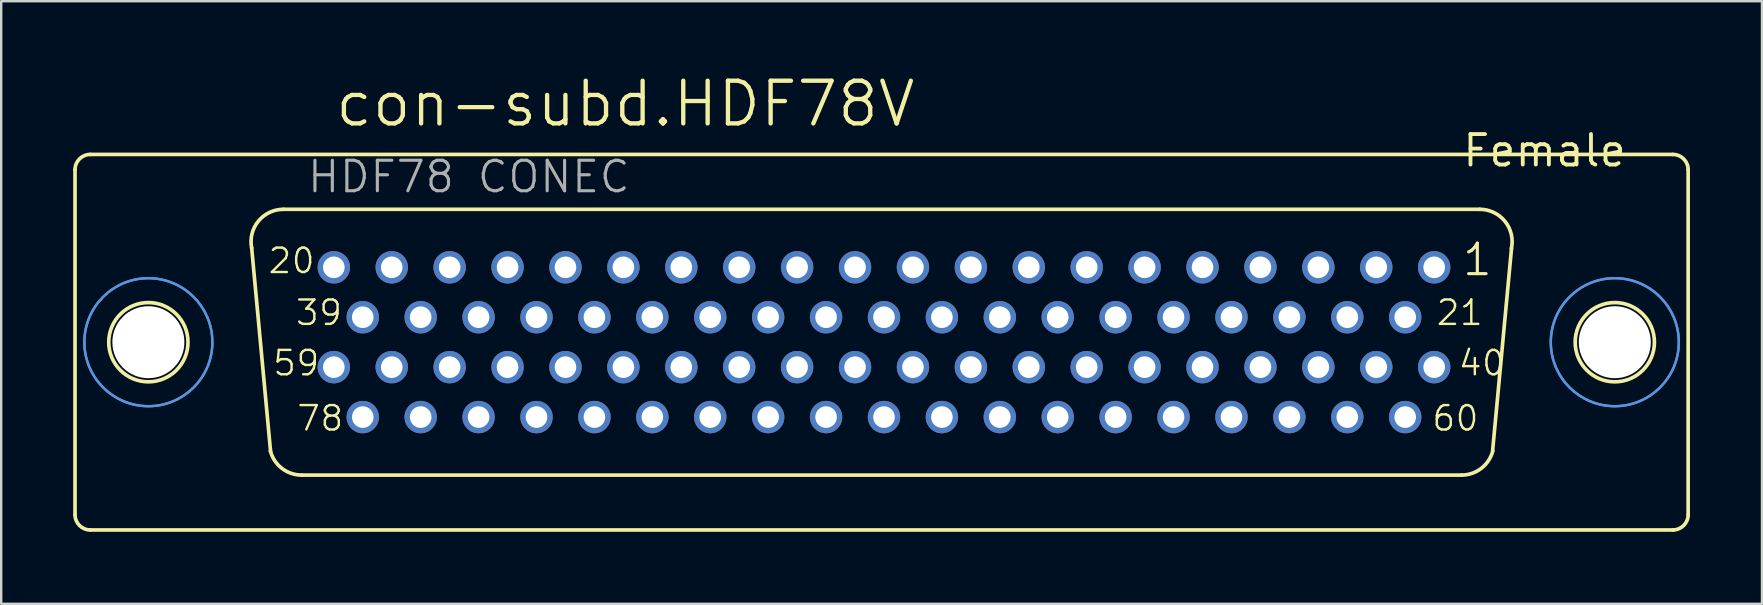
<source format=kicad_pcb>
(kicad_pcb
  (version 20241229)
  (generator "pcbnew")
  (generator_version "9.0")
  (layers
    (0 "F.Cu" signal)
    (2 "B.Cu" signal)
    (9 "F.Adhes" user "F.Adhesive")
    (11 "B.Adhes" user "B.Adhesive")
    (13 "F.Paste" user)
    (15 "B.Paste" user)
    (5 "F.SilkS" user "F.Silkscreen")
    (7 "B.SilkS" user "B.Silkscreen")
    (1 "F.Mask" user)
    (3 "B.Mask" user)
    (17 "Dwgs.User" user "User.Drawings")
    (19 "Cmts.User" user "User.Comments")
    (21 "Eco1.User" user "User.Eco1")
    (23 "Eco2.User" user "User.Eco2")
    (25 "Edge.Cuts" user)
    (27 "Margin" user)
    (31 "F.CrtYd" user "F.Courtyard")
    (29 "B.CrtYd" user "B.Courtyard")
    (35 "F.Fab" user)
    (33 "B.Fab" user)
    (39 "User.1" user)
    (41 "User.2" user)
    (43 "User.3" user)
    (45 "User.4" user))
  (footprint "con-subd.HDF78V"
    (layer "F.Cu")
    (at 33.682 11.208)
    (property "Reference" "con-subd.HDF78V" (at -22.86 -8.89 0) (layer "F.SilkS") (effects (font (size 1.778 1.778) (thickness 0.18)) (justify left bottom)))
    (attr through_hole)
    (fp_line (start -33.606 -7.188) (end -33.606 7.188) (stroke (width 0.152) (type default)) (layer "F.SilkS"))
    (fp_line (start -32.963 7.823) (end 32.971 7.823) (stroke (width 0.152) (type default)) (layer "F.SilkS"))
    (fp_line (start -25.459 4.546) (end -26.247 -3.937) (stroke (width 0.152) (type default)) (layer "F.SilkS"))
    (fp_line (start -24.926 -5.537) (end 24.926 -5.537) (stroke (width 0.152) (type default)) (layer "F.SilkS"))
    (fp_line (start -24.164 5.537) (end 24.164 5.537) (stroke (width 0.152) (type default)) (layer "F.SilkS"))
    (fp_line (start 26.247 -3.911) (end 25.459 4.521) (stroke (width 0.152) (type default)) (layer "F.SilkS"))
    (fp_line (start 32.963 -7.823) (end -32.971 -7.823) (stroke (width 0.152) (type default)) (layer "F.SilkS"))
    (fp_line (start 33.606 -7.188) (end 33.606 7.188) (stroke (width 0.152) (type default)) (layer "F.SilkS"))
    (fp_arc (start -33.606 -7.188) (mid -33.420013 -7.637013) (end -32.971 -7.823) (stroke (width 0.1524) (type default)) (layer "F.SilkS"))
    (fp_arc (start -32.971 7.823) (mid -33.420013 7.637013) (end -33.606 7.188) (stroke (width 0.1524) (type default)) (layer "F.SilkS"))
    (fp_arc (start -26.2461 -3.9268) (mid -25.967082 -5.044284) (end -24.926 -5.537) (stroke (width 0.1524) (type default)) (layer "F.SilkS"))
    (fp_arc (start -24.164 5.537) (mid -24.9875 5.255746) (end -25.4669 4.5295) (stroke (width 0.1524) (type default)) (layer "F.SilkS"))
    (fp_arc (start 24.926 -5.537) (mid 25.974556 -5.035184) (end 26.2415 -3.9038) (stroke (width 0.1524) (type default)) (layer "F.SilkS"))
    (fp_arc (start 25.4669 4.5295) (mid 24.9875 5.255746) (end 24.164 5.537) (stroke (width 0.1524) (type default)) (layer "F.SilkS"))
    (fp_arc (start 32.971 -7.823) (mid 33.420013 -7.637013) (end 33.606 -7.188) (stroke (width 0.1524) (type default)) (layer "F.SilkS"))
    (fp_arc (start 33.606 7.188) (mid 33.420013 7.637013) (end 32.971 7.823) (stroke (width 0.1524) (type default)) (layer "F.SilkS"))
    (fp_circle (center -30.55 0) (end -28.899 0) (stroke (width 0.152) (type default)) (fill no) (layer "F.SilkS"))
    (fp_circle (center 30.55 0) (end 32.201 0) (stroke (width 0.152) (type default)) (fill no) (layer "F.SilkS"))
    (fp_circle (center -30.55 0) (end -27.883 0) (stroke (width 0.1) (type default)) (fill no) (layer "Cmts.User"))
    (fp_circle (center -30.55 0) (end -27.883 0) (stroke (width 0.1) (type default)) (fill no) (layer "Cmts.User"))
    (fp_circle (center 30.55 0) (end 33.217 0) (stroke (width 0.1) (type default)) (fill no) (layer "Cmts.User"))
    (fp_circle (center 30.55 0) (end 33.217 0) (stroke (width 0.1) (type default)) (fill no) (layer "Cmts.User"))
    (fp_text user "20" (at -25.618 -2.795 0) (layer "F.SilkS") (effects (font (size 1.016 1.016) (thickness 0.1)) (justify left bottom)))
    (fp_text user "40" (at 23.975 1.465 0) (layer "F.SilkS") (effects (font (size 1.016 1.016) (thickness 0.1)) (justify left bottom)))
    (fp_text user "59" (at -25.423 1.465 0) (layer "F.SilkS") (effects (font (size 1.016 1.016) (thickness 0.1)) (justify left bottom)))
    (fp_text user "78" (at -24.423 3.765 0) (layer "F.SilkS") (effects (font (size 1.016 1.016) (thickness 0.1)) (justify left bottom)))
    (fp_text user "1" (at 24.132 -2.695 0) (layer "F.SilkS") (effects (font (size 1.27 1.27) (thickness 0.13)) (justify left bottom)))
    (fp_text user "39" (at -24.475 -0.635 0) (layer "F.SilkS") (effects (font (size 1.016 1.016) (thickness 0.1)) (justify left bottom)))
    (fp_text user "60" (at 22.875 3.765 0) (layer "F.SilkS") (effects (font (size 1.016 1.016) (thickness 0.1)) (justify left bottom)))
    (fp_text user "21" (at 23.053 -0.635 0) (layer "F.SilkS") (effects (font (size 1.016 1.016) (thickness 0.1)) (justify left bottom)))
    (fp_text user "Female" (at 24.13 -7.239 180) (layer "F.SilkS") (effects (font (size 1.27 1.27) (thickness 0.16)) (justify left bottom)))
    (fp_text user "HDF78 CONEC" (at -23.998 -6.149 0) (layer "F.Fab") (effects (font (size 1.27 1.27) (thickness 0.13)) (justify left bottom)))
    (pad "" np_thru_hole circle (at -30.55 0) (size 3 3) (drill 3) (layers "*.Cu" "*.Mask"))
    (pad "" np_thru_hole circle (at 30.55 0) (size 3 3) (drill 3) (layers "*.Cu" "*.Mask"))
    (pad "1" thru_hole circle (at 23.024 -3.12) (size 1.35 1.35) (drill 0.9) (layers "*.Cu" "*.Mask"))
    (pad "2" thru_hole circle (at 20.611 -3.12) (size 1.35 1.35) (drill 0.9) (layers "*.Cu" "*.Mask"))
    (pad "3" thru_hole circle (at 18.198 -3.12) (size 1.35 1.35) (drill 0.9) (layers "*.Cu" "*.Mask"))
    (pad "4" thru_hole circle (at 15.785 -3.12) (size 1.35 1.35) (drill 0.9) (layers "*.Cu" "*.Mask"))
    (pad "5" thru_hole circle (at 13.372 -3.12) (size 1.35 1.35) (drill 0.9) (layers "*.Cu" "*.Mask"))
    (pad "6" thru_hole circle (at 10.959 -3.12) (size 1.35 1.35) (drill 0.9) (layers "*.Cu" "*.Mask"))
    (pad "7" thru_hole circle (at 8.546 -3.12) (size 1.35 1.35) (drill 0.9) (layers "*.Cu" "*.Mask"))
    (pad "8" thru_hole circle (at 6.133 -3.12) (size 1.35 1.35) (drill 0.9) (layers "*.Cu" "*.Mask"))
    (pad "9" thru_hole circle (at 3.72 -3.12) (size 1.35 1.35) (drill 0.9) (layers "*.Cu" "*.Mask"))
    (pad "10" thru_hole circle (at 1.307 -3.12) (size 1.35 1.35) (drill 0.9) (layers "*.Cu" "*.Mask"))
    (pad "11" thru_hole circle (at -1.106 -3.12) (size 1.35 1.35) (drill 0.9) (layers "*.Cu" "*.Mask"))
    (pad "12" thru_hole circle (at -3.519 -3.12) (size 1.35 1.35) (drill 0.9) (layers "*.Cu" "*.Mask"))
    (pad "13" thru_hole circle (at -5.932 -3.12) (size 1.35 1.35) (drill 0.9) (layers "*.Cu" "*.Mask"))
    (pad "14" thru_hole circle (at -8.345 -3.12) (size 1.35 1.35) (drill 0.9) (layers "*.Cu" "*.Mask"))
    (pad "15" thru_hole circle (at -10.758 -3.12) (size 1.35 1.35) (drill 0.9) (layers "*.Cu" "*.Mask"))
    (pad "16" thru_hole circle (at -13.171 -3.12) (size 1.35 1.35) (drill 0.9) (layers "*.Cu" "*.Mask"))
    (pad "17" thru_hole circle (at -15.584 -3.12) (size 1.35 1.35) (drill 0.9) (layers "*.Cu" "*.Mask"))
    (pad "18" thru_hole circle (at -17.997 -3.12) (size 1.35 1.35) (drill 0.9) (layers "*.Cu" "*.Mask"))
    (pad "19" thru_hole circle (at -20.41 -3.12) (size 1.35 1.35) (drill 0.9) (layers "*.Cu" "*.Mask"))
    (pad "20" thru_hole circle (at -22.823 -3.12) (size 1.35 1.35) (drill 0.9) (layers "*.Cu" "*.Mask"))
    (pad "21" thru_hole circle (at 21.817 -1.04) (size 1.35 1.35) (drill 0.9) (layers "*.Cu" "*.Mask"))
    (pad "22" thru_hole circle (at 19.404 -1.04) (size 1.35 1.35) (drill 0.9) (layers "*.Cu" "*.Mask"))
    (pad "23" thru_hole circle (at 16.991 -1.04) (size 1.35 1.35) (drill 0.9) (layers "*.Cu" "*.Mask"))
    (pad "24" thru_hole circle (at 14.578 -1.04) (size 1.35 1.35) (drill 0.9) (layers "*.Cu" "*.Mask"))
    (pad "25" thru_hole circle (at 12.165 -1.04) (size 1.35 1.35) (drill 0.9) (layers "*.Cu" "*.Mask"))
    (pad "26" thru_hole circle (at 9.752 -1.04) (size 1.35 1.35) (drill 0.9) (layers "*.Cu" "*.Mask"))
    (pad "27" thru_hole circle (at 7.339 -1.04) (size 1.35 1.35) (drill 0.9) (layers "*.Cu" "*.Mask"))
    (pad "28" thru_hole circle (at 4.926 -1.04) (size 1.35 1.35) (drill 0.9) (layers "*.Cu" "*.Mask"))
    (pad "29" thru_hole circle (at 2.513 -1.04) (size 1.35 1.35) (drill 0.9) (layers "*.Cu" "*.Mask"))
    (pad "30" thru_hole circle (at 0.1 -1.04) (size 1.35 1.35) (drill 0.9) (layers "*.Cu" "*.Mask"))
    (pad "31" thru_hole circle (at -2.313 -1.04) (size 1.35 1.35) (drill 0.9) (layers "*.Cu" "*.Mask"))
    (pad "32" thru_hole circle (at -4.726 -1.04) (size 1.35 1.35) (drill 0.9) (layers "*.Cu" "*.Mask"))
    (pad "33" thru_hole circle (at -7.139 -1.04) (size 1.35 1.35) (drill 0.9) (layers "*.Cu" "*.Mask"))
    (pad "34" thru_hole circle (at -9.552 -1.04) (size 1.35 1.35) (drill 0.9) (layers "*.Cu" "*.Mask"))
    (pad "35" thru_hole circle (at -11.965 -1.04) (size 1.35 1.35) (drill 0.9) (layers "*.Cu" "*.Mask"))
    (pad "36" thru_hole circle (at -14.378 -1.04) (size 1.35 1.35) (drill 0.9) (layers "*.Cu" "*.Mask"))
    (pad "37" thru_hole circle (at -16.791 -1.04) (size 1.35 1.35) (drill 0.9) (layers "*.Cu" "*.Mask"))
    (pad "38" thru_hole circle (at -19.204 -1.04) (size 1.35 1.35) (drill 0.9) (layers "*.Cu" "*.Mask"))
    (pad "39" thru_hole circle (at -21.617 -1.04) (size 1.35 1.35) (drill 0.9) (layers "*.Cu" "*.Mask"))
    (pad "40" thru_hole circle (at 23.024 1.04) (size 1.35 1.35) (drill 0.9) (layers "*.Cu" "*.Mask"))
    (pad "41" thru_hole circle (at 20.611 1.04) (size 1.35 1.35) (drill 0.9) (layers "*.Cu" "*.Mask"))
    (pad "42" thru_hole circle (at 18.198 1.04) (size 1.35 1.35) (drill 0.9) (layers "*.Cu" "*.Mask"))
    (pad "43" thru_hole circle (at 15.785 1.04) (size 1.35 1.35) (drill 0.9) (layers "*.Cu" "*.Mask"))
    (pad "44" thru_hole circle (at 13.372 1.04) (size 1.35 1.35) (drill 0.9) (layers "*.Cu" "*.Mask"))
    (pad "45" thru_hole circle (at 10.959 1.04) (size 1.35 1.35) (drill 0.9) (layers "*.Cu" "*.Mask"))
    (pad "46" thru_hole circle (at 8.546 1.04) (size 1.35 1.35) (drill 0.9) (layers "*.Cu" "*.Mask"))
    (pad "47" thru_hole circle (at 6.133 1.04) (size 1.35 1.35) (drill 0.9) (layers "*.Cu" "*.Mask"))
    (pad "48" thru_hole circle (at 3.72 1.04) (size 1.35 1.35) (drill 0.9) (layers "*.Cu" "*.Mask"))
    (pad "49" thru_hole circle (at 1.307 1.04) (size 1.35 1.35) (drill 0.9) (layers "*.Cu" "*.Mask"))
    (pad "50" thru_hole circle (at -1.106 1.04) (size 1.35 1.35) (drill 0.9) (layers "*.Cu" "*.Mask"))
    (pad "51" thru_hole circle (at -3.519 1.04) (size 1.35 1.35) (drill 0.9) (layers "*.Cu" "*.Mask"))
    (pad "52" thru_hole circle (at -5.932 1.04) (size 1.35 1.35) (drill 0.9) (layers "*.Cu" "*.Mask"))
    (pad "53" thru_hole circle (at -8.345 1.04) (size 1.35 1.35) (drill 0.9) (layers "*.Cu" "*.Mask"))
    (pad "54" thru_hole circle (at -10.758 1.04) (size 1.35 1.35) (drill 0.9) (layers "*.Cu" "*.Mask"))
    (pad "55" thru_hole circle (at -13.171 1.04) (size 1.35 1.35) (drill 0.9) (layers "*.Cu" "*.Mask"))
    (pad "56" thru_hole circle (at -15.584 1.04) (size 1.35 1.35) (drill 0.9) (layers "*.Cu" "*.Mask"))
    (pad "57" thru_hole circle (at -17.997 1.04) (size 1.35 1.35) (drill 0.9) (layers "*.Cu" "*.Mask"))
    (pad "58" thru_hole circle (at -20.41 1.04) (size 1.35 1.35) (drill 0.9) (layers "*.Cu" "*.Mask"))
    (pad "59" thru_hole circle (at -22.823 1.04) (size 1.35 1.35) (drill 0.9) (layers "*.Cu" "*.Mask"))
    (pad "60" thru_hole circle (at 21.817 3.12) (size 1.35 1.35) (drill 0.9) (layers "*.Cu" "*.Mask"))
    (pad "61" thru_hole circle (at 19.404 3.12) (size 1.35 1.35) (drill 0.9) (layers "*.Cu" "*.Mask"))
    (pad "62" thru_hole circle (at 16.991 3.12) (size 1.35 1.35) (drill 0.9) (layers "*.Cu" "*.Mask"))
    (pad "63" thru_hole circle (at 14.578 3.12) (size 1.35 1.35) (drill 0.9) (layers "*.Cu" "*.Mask"))
    (pad "64" thru_hole circle (at 12.165 3.12) (size 1.35 1.35) (drill 0.9) (layers "*.Cu" "*.Mask"))
    (pad "65" thru_hole circle (at 9.752 3.12) (size 1.35 1.35) (drill 0.9) (layers "*.Cu" "*.Mask"))
    (pad "66" thru_hole circle (at 7.339 3.12) (size 1.35 1.35) (drill 0.9) (layers "*.Cu" "*.Mask"))
    (pad "67" thru_hole circle (at 4.926 3.12) (size 1.35 1.35) (drill 0.9) (layers "*.Cu" "*.Mask"))
    (pad "68" thru_hole circle (at 2.513 3.12) (size 1.35 1.35) (drill 0.9) (layers "*.Cu" "*.Mask"))
    (pad "69" thru_hole circle (at 0.1 3.12) (size 1.35 1.35) (drill 0.9) (layers "*.Cu" "*.Mask"))
    (pad "70" thru_hole circle (at -2.313 3.12) (size 1.35 1.35) (drill 0.9) (layers "*.Cu" "*.Mask"))
    (pad "71" thru_hole circle (at -4.726 3.12) (size 1.35 1.35) (drill 0.9) (layers "*.Cu" "*.Mask"))
    (pad "72" thru_hole circle (at -7.139 3.12) (size 1.35 1.35) (drill 0.9) (layers "*.Cu" "*.Mask"))
    (pad "73" thru_hole circle (at -9.552 3.12) (size 1.35 1.35) (drill 0.9) (layers "*.Cu" "*.Mask"))
    (pad "74" thru_hole circle (at -11.965 3.12) (size 1.35 1.35) (drill 0.9) (layers "*.Cu" "*.Mask"))
    (pad "75" thru_hole circle (at -14.378 3.12) (size 1.35 1.35) (drill 0.9) (layers "*.Cu" "*.Mask"))
    (pad "76" thru_hole circle (at -16.791 3.12) (size 1.35 1.35) (drill 0.9) (layers "*.Cu" "*.Mask"))
    (pad "77" thru_hole circle (at -19.204 3.12) (size 1.35 1.35) (drill 0.9) (layers "*.Cu" "*.Mask"))
    (pad "78" thru_hole circle (at -21.617 3.12) (size 1.35 1.35) (drill 0.9) (layers "*.Cu" "*.Mask")))
  (gr_rect
    (start -3 -3)
    (end 70.364 22.107)
    (stroke (width 0.1) (type default))
    (fill no)
    (layer "Edge.Cuts")))
</source>
